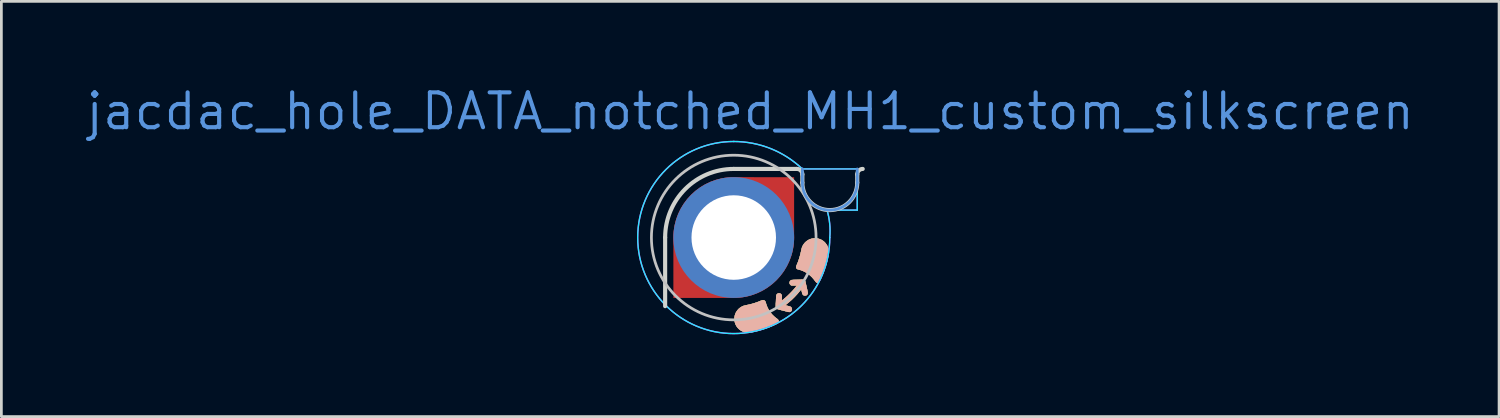
<source format=kicad_pcb>
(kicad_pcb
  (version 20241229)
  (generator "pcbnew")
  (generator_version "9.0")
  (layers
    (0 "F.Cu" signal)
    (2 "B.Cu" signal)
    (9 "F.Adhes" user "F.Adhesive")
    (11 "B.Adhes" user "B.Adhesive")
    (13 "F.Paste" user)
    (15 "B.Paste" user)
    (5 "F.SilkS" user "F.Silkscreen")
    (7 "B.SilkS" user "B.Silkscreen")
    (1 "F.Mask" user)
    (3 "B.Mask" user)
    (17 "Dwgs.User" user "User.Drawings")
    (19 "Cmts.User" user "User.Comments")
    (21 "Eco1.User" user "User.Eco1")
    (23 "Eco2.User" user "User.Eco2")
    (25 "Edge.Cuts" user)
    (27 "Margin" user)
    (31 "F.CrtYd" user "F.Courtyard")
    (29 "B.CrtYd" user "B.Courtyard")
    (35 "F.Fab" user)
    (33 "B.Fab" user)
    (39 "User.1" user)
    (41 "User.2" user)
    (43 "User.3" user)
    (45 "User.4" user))
  (footprint "jacdac_hole_DATA_notched_MH1_custom_silkscreen"
    (layer "F.Cu")
    (at 23.688 5.606)
    (property "Reference" "jacdac_hole_DATA_notched_MH1_custom_silkscreen" (at 0.6 -4.6 0) (layer "Cmts.User") (effects (font (size 1.27 1.27) (thickness 0.15))))
    (attr through_hole)
    (fp_poly (pts (arc (start 0 -2.5) (mid -1.767767 -1.767767) (end -2.5 0)) (xy -2.5 2.5) (arc (start 0 2.5) (mid 1.767767 1.767767) (end 2.5 0)) (xy 2.5 -2.5)) (stroke (width 0) (type solid)) (fill yes) (layer "F.Mask"))
    (fp_circle (center 0 0) (end 0 -2.5) (stroke (width 0) (type solid)) (fill yes) (layer "B.Mask"))
    (fp_poly (pts (xy 1.098 2.285) (xy 1.114 2.293) (xy 1.127 2.303) (xy 1.136 2.312) (xy 1.144 2.321) (xy 1.151 2.333) (xy 1.157 2.349) (xy 1.164 2.369) (xy 1.172 2.396) (xy 1.172 2.396) (xy 1.19 2.453) (xy 1.209 2.505) (xy 1.23 2.554) (xy 1.247 2.588) (xy 1.289 2.663) (xy 1.339 2.734) (xy 1.394 2.802) (xy 1.456 2.864) (xy 1.522 2.92) (xy 1.559 2.948) (xy 1.588 2.97) (xy 1.61 2.99) (xy 1.625 3.01) (xy 1.634 3.029) (xy 1.638 3.049) (xy 1.638 3.054) (xy 1.636 3.073) (xy 1.63 3.09) (xy 1.619 3.105) (xy 1.601 3.12) (xy 1.578 3.136) (xy 1.547 3.152) (xy 1.547 3.153) (xy 1.425 3.21) (xy 1.297 3.263) (xy 1.165 3.313) (xy 1.028 3.357) (xy 0.888 3.397) (xy 0.746 3.431) (xy 0.688 3.443) (xy 0.628 3.454) (xy 0.575 3.461) (xy 0.528 3.464) (xy 0.486 3.463) (xy 0.452 3.459) (xy 0.389 3.445) (xy 0.329 3.423) (xy 0.273 3.395) (xy 0.222 3.361) (xy 0.175 3.32) (xy 0.133 3.274) (xy 0.097 3.222) (xy 0.092 3.213) (xy 0.066 3.161) (xy 0.046 3.104) (xy 0.033 3.046) (xy 0.027 2.986) (xy 0.027 2.925) (xy 0.035 2.866) (xy 0.05 2.808) (xy 0.051 2.804) (xy 0.074 2.748) (xy 0.104 2.695) (xy 0.14 2.646) (xy 0.181 2.601) (xy 0.228 2.562) (xy 0.279 2.528) (xy 0.333 2.501) (xy 0.355 2.492) (xy 0.369 2.488) (xy 0.389 2.482) (xy 0.414 2.476) (xy 0.44 2.47) (xy 0.467 2.464) (xy 0.467 2.464) (xy 0.567 2.443) (xy 0.661 2.419) (xy 0.75 2.393) (xy 0.838 2.364) (xy 0.925 2.331) (xy 0.972 2.311) (xy 1.007 2.298) (xy 1.036 2.288) (xy 1.06 2.283) (xy 1.08 2.282) (xy 1.098 2.285)) (stroke (width 0.01) (type solid)) (fill yes) (layer "F.SilkS"))
    (fp_poly (pts (xy 3.048 0.036) (xy 3.106 0.05) (xy 3.161 0.07) (xy 3.214 0.096) (xy 3.262 0.129) (xy 3.307 0.167) (xy 3.347 0.211) (xy 3.382 0.259) (xy 3.412 0.312) (xy 3.436 0.37) (xy 3.453 0.431) (xy 3.453 0.433) (xy 3.456 0.45) (xy 3.458 0.47) (xy 3.46 0.492) (xy 3.46 0.52) (xy 3.46 0.532) (xy 3.46 0.554) (xy 3.459 0.575) (xy 3.457 0.596) (xy 3.454 0.618) (xy 3.45 0.643) (xy 3.445 0.671) (xy 3.438 0.704) (xy 3.43 0.741) (xy 3.42 0.785) (xy 3.416 0.804) (xy 3.388 0.917) (xy 3.354 1.033) (xy 3.315 1.15) (xy 3.273 1.267) (xy 3.227 1.38) (xy 3.179 1.489) (xy 3.145 1.56) (xy 3.13 1.587) (xy 3.117 1.608) (xy 3.106 1.624) (xy 3.094 1.635) (xy 3.081 1.643) (xy 3.079 1.644) (xy 3.061 1.65) (xy 3.044 1.65) (xy 3.03 1.646) (xy 3.01 1.635) (xy 2.99 1.616) (xy 2.97 1.591) (xy 2.967 1.586) (xy 2.913 1.513) (xy 2.853 1.446) (xy 2.789 1.384) (xy 2.721 1.329) (xy 2.648 1.28) (xy 2.571 1.238) (xy 2.515 1.213) (xy 2.483 1.2) (xy 2.452 1.189) (xy 2.418 1.178) (xy 2.38 1.167) (xy 2.347 1.159) (xy 2.329 1.153) (xy 2.316 1.148) (xy 2.306 1.141) (xy 2.297 1.134) (xy 2.284 1.118) (xy 2.276 1.102) (xy 2.273 1.083) (xy 2.276 1.062) (xy 2.283 1.037) (xy 2.292 1.014) (xy 2.342 0.894) (xy 2.385 0.769) (xy 2.422 0.641) (xy 2.454 0.507) (xy 2.46 0.476) (xy 2.467 0.442) (xy 2.474 0.413) (xy 2.48 0.39) (xy 2.486 0.369) (xy 2.492 0.351) (xy 2.5 0.332) (xy 2.506 0.318) (xy 2.535 0.265) (xy 2.57 0.216) (xy 2.611 0.172) (xy 2.657 0.132) (xy 2.707 0.098) (xy 2.76 0.07) (xy 2.816 0.05) (xy 2.864 0.038) (xy 2.926 0.03) (xy 2.988 0.029) (xy 3.048 0.036)) (stroke (width 0.01) (type solid)) (fill yes) (layer "F.SilkS"))
    (fp_poly (pts (xy 2.505 1.534) (xy 2.522 1.535) (xy 2.535 1.536) (xy 2.546 1.538) (xy 2.554 1.54) (xy 2.562 1.544) (xy 2.568 1.548) (xy 2.575 1.553) (xy 2.578 1.556) (xy 2.589 1.567) (xy 2.599 1.583) (xy 2.607 1.599) (xy 2.612 1.613) (xy 2.613 1.619) (xy 2.614 1.625) (xy 2.616 1.638) (xy 2.62 1.657) (xy 2.625 1.681) (xy 2.632 1.709) (xy 2.639 1.742) (xy 2.647 1.777) (xy 2.655 1.811) (xy 2.665 1.858) (xy 2.674 1.897) (xy 2.681 1.93) (xy 2.687 1.958) (xy 2.691 1.981) (xy 2.694 1.999) (xy 2.695 2.014) (xy 2.696 2.026) (xy 2.695 2.036) (xy 2.694 2.044) (xy 2.691 2.051) (xy 2.69 2.053) (xy 2.679 2.073) (xy 2.662 2.092) (xy 2.643 2.105) (xy 2.625 2.111) (xy 2.602 2.114) (xy 2.58 2.113) (xy 2.559 2.108) (xy 2.551 2.105) (xy 2.535 2.094) (xy 2.52 2.079) (xy 2.508 2.063) (xy 2.503 2.054) (xy 2.5 2.046) (xy 2.497 2.033) (xy 2.492 2.014) (xy 2.487 1.992) (xy 2.481 1.967) (xy 2.48 1.963) (xy 2.475 1.939) (xy 2.47 1.918) (xy 2.466 1.901) (xy 2.463 1.889) (xy 2.461 1.883) (xy 2.461 1.883) (xy 2.458 1.885) (xy 2.452 1.893) (xy 2.442 1.905) (xy 2.429 1.92) (xy 2.422 1.93) (xy 2.322 2.049) (xy 2.216 2.163) (xy 2.105 2.272) (xy 1.987 2.375) (xy 1.927 2.424) (xy 1.91 2.438) (xy 1.896 2.45) (xy 1.885 2.46) (xy 1.879 2.467) (xy 1.878 2.469) (xy 1.882 2.47) (xy 1.893 2.474) (xy 1.91 2.478) (xy 1.931 2.484) (xy 1.954 2.49) (xy 1.964 2.492) (xy 1.995 2.5) (xy 2.019 2.507) (xy 2.038 2.512) (xy 2.052 2.516) (xy 2.063 2.52) (xy 2.071 2.525) (xy 2.078 2.529) (xy 2.085 2.535) (xy 2.088 2.538) (xy 2.105 2.558) (xy 2.116 2.582) (xy 2.12 2.606) (xy 2.118 2.632) (xy 2.111 2.656) (xy 2.097 2.677) (xy 2.078 2.695) (xy 2.065 2.703) (xy 2.054 2.708) (xy 2.042 2.711) (xy 2.03 2.713) (xy 2.016 2.712) (xy 1.998 2.71) (xy 1.976 2.706) (xy 1.948 2.699) (xy 1.918 2.691) (xy 1.89 2.684) (xy 1.856 2.675) (xy 1.819 2.666) (xy 1.78 2.656) (xy 1.742 2.646) (xy 1.708 2.637) (xy 1.671 2.627) (xy 1.641 2.619) (xy 1.617 2.612) (xy 1.598 2.606) (xy 1.584 2.6) (xy 1.572 2.595) (xy 1.564 2.588) (xy 1.557 2.582) (xy 1.55 2.574) (xy 1.546 2.568) (xy 1.542 2.562) (xy 1.539 2.556) (xy 1.536 2.55) (xy 1.534 2.542) (xy 1.533 2.532) (xy 1.532 2.52) (xy 1.532 2.504) (xy 1.532 2.485) (xy 1.533 2.46) (xy 1.534 2.43) (xy 1.535 2.395) (xy 1.538 2.352) (xy 1.539 2.32) (xy 1.541 2.28) (xy 1.543 2.242) (xy 1.546 2.207) (xy 1.548 2.176) (xy 1.549 2.149) (xy 1.551 2.128) (xy 1.552 2.112) (xy 1.553 2.104) (xy 1.554 2.103) (xy 1.564 2.079) (xy 1.579 2.06) (xy 1.599 2.046) (xy 1.622 2.037) (xy 1.646 2.032) (xy 1.671 2.034) (xy 1.695 2.042) (xy 1.717 2.056) (xy 1.718 2.056) (xy 1.732 2.072) (xy 1.743 2.091) (xy 1.744 2.092) (xy 1.747 2.1) (xy 1.749 2.108) (xy 1.751 2.116) (xy 1.751 2.126) (xy 1.752 2.14) (xy 1.751 2.159) (xy 1.75 2.185) (xy 1.75 2.185) (xy 1.749 2.21) (xy 1.748 2.234) (xy 1.747 2.256) (xy 1.746 2.273) (xy 1.745 2.282) (xy 1.744 2.292) (xy 1.744 2.299) (xy 1.745 2.302) (xy 1.749 2.303) (xy 1.755 2.299) (xy 1.766 2.292) (xy 1.781 2.28) (xy 1.801 2.263) (xy 1.805 2.26) (xy 1.888 2.191) (xy 1.97 2.117) (xy 2.05 2.039) (xy 2.127 1.96) (xy 2.199 1.879) (xy 2.265 1.799) (xy 2.298 1.757) (xy 2.309 1.741) (xy 2.273 1.744) (xy 2.256 1.745) (xy 2.234 1.746) (xy 2.209 1.747) (xy 2.183 1.747) (xy 2.174 1.747) (xy 2.149 1.747) (xy 2.131 1.747) (xy 2.117 1.746) (xy 2.107 1.745) (xy 2.099 1.743) (xy 2.095 1.741) (xy 2.072 1.727) (xy 2.054 1.707) (xy 2.041 1.683) (xy 2.034 1.657) (xy 2.034 1.647) (xy 2.037 1.621) (xy 2.047 1.597) (xy 2.063 1.576) (xy 2.083 1.56) (xy 2.094 1.554) (xy 2.099 1.552) (xy 2.104 1.55) (xy 2.11 1.549) (xy 2.118 1.548) (xy 2.129 1.547) (xy 2.142 1.546) (xy 2.159 1.545) (xy 2.18 1.543) (xy 2.207 1.542) (xy 2.239 1.541) (xy 2.277 1.54) (xy 2.323 1.538) (xy 2.34 1.538) (xy 2.386 1.536) (xy 2.425 1.535) (xy 2.457 1.534) (xy 2.483 1.534) (xy 2.505 1.534)) (stroke (width 0.01) (type solid)) (fill yes) (layer "F.SilkS"))
    (fp_poly (pts (xy 1.098 2.285) (xy 1.114 2.293) (xy 1.127 2.303) (xy 1.136 2.312) (xy 1.144 2.321) (xy 1.151 2.333) (xy 1.157 2.349) (xy 1.164 2.369) (xy 1.172 2.396) (xy 1.172 2.396) (xy 1.19 2.453) (xy 1.209 2.505) (xy 1.23 2.554) (xy 1.247 2.588) (xy 1.289 2.663) (xy 1.339 2.734) (xy 1.394 2.802) (xy 1.456 2.864) (xy 1.522 2.92) (xy 1.559 2.948) (xy 1.588 2.97) (xy 1.61 2.99) (xy 1.625 3.01) (xy 1.634 3.029) (xy 1.638 3.049) (xy 1.638 3.054) (xy 1.636 3.073) (xy 1.63 3.09) (xy 1.619 3.105) (xy 1.601 3.12) (xy 1.578 3.136) (xy 1.547 3.152) (xy 1.547 3.153) (xy 1.425 3.21) (xy 1.297 3.263) (xy 1.165 3.313) (xy 1.028 3.357) (xy 0.888 3.397) (xy 0.746 3.431) (xy 0.688 3.443) (xy 0.628 3.454) (xy 0.575 3.461) (xy 0.528 3.464) (xy 0.486 3.463) (xy 0.452 3.459) (xy 0.389 3.445) (xy 0.329 3.423) (xy 0.273 3.395) (xy 0.222 3.361) (xy 0.175 3.32) (xy 0.133 3.274) (xy 0.097 3.222) (xy 0.092 3.213) (xy 0.066 3.161) (xy 0.046 3.104) (xy 0.033 3.046) (xy 0.027 2.986) (xy 0.027 2.925) (xy 0.035 2.866) (xy 0.05 2.808) (xy 0.051 2.804) (xy 0.074 2.748) (xy 0.104 2.695) (xy 0.14 2.646) (xy 0.181 2.601) (xy 0.228 2.562) (xy 0.279 2.528) (xy 0.333 2.501) (xy 0.355 2.492) (xy 0.369 2.488) (xy 0.389 2.482) (xy 0.414 2.476) (xy 0.44 2.47) (xy 0.467 2.464) (xy 0.467 2.464) (xy 0.567 2.443) (xy 0.661 2.419) (xy 0.75 2.393) (xy 0.838 2.364) (xy 0.925 2.331) (xy 0.972 2.311) (xy 1.007 2.298) (xy 1.036 2.288) (xy 1.06 2.283) (xy 1.08 2.282) (xy 1.098 2.285)) (stroke (width 0.01) (type solid)) (fill yes) (layer "B.SilkS"))
    (fp_poly (pts (xy 3.048 0.036) (xy 3.106 0.05) (xy 3.161 0.07) (xy 3.214 0.096) (xy 3.262 0.129) (xy 3.307 0.167) (xy 3.347 0.211) (xy 3.382 0.259) (xy 3.412 0.312) (xy 3.436 0.37) (xy 3.453 0.431) (xy 3.453 0.433) (xy 3.456 0.45) (xy 3.458 0.47) (xy 3.46 0.492) (xy 3.46 0.52) (xy 3.46 0.532) (xy 3.46 0.554) (xy 3.459 0.575) (xy 3.457 0.596) (xy 3.454 0.618) (xy 3.45 0.643) (xy 3.445 0.671) (xy 3.438 0.704) (xy 3.43 0.741) (xy 3.42 0.785) (xy 3.416 0.804) (xy 3.388 0.917) (xy 3.354 1.033) (xy 3.315 1.15) (xy 3.273 1.267) (xy 3.227 1.38) (xy 3.179 1.489) (xy 3.145 1.56) (xy 3.13 1.587) (xy 3.117 1.608) (xy 3.106 1.624) (xy 3.094 1.635) (xy 3.081 1.643) (xy 3.079 1.644) (xy 3.061 1.65) (xy 3.044 1.65) (xy 3.03 1.646) (xy 3.01 1.635) (xy 2.99 1.616) (xy 2.97 1.591) (xy 2.967 1.586) (xy 2.913 1.513) (xy 2.853 1.446) (xy 2.789 1.384) (xy 2.721 1.329) (xy 2.648 1.28) (xy 2.571 1.238) (xy 2.515 1.213) (xy 2.483 1.2) (xy 2.452 1.189) (xy 2.418 1.178) (xy 2.38 1.167) (xy 2.347 1.159) (xy 2.329 1.153) (xy 2.316 1.148) (xy 2.306 1.141) (xy 2.297 1.134) (xy 2.284 1.118) (xy 2.276 1.102) (xy 2.273 1.083) (xy 2.276 1.062) (xy 2.283 1.037) (xy 2.292 1.014) (xy 2.342 0.894) (xy 2.385 0.769) (xy 2.422 0.641) (xy 2.454 0.507) (xy 2.46 0.476) (xy 2.467 0.442) (xy 2.474 0.413) (xy 2.48 0.39) (xy 2.486 0.369) (xy 2.492 0.351) (xy 2.5 0.332) (xy 2.506 0.318) (xy 2.535 0.265) (xy 2.57 0.216) (xy 2.611 0.172) (xy 2.657 0.132) (xy 2.707 0.098) (xy 2.76 0.07) (xy 2.816 0.05) (xy 2.864 0.038) (xy 2.926 0.03) (xy 2.988 0.029) (xy 3.048 0.036)) (stroke (width 0.01) (type solid)) (fill yes) (layer "B.SilkS"))
    (fp_poly (pts (xy 2.505 1.534) (xy 2.522 1.535) (xy 2.535 1.536) (xy 2.546 1.538) (xy 2.554 1.54) (xy 2.562 1.544) (xy 2.568 1.548) (xy 2.575 1.553) (xy 2.578 1.556) (xy 2.589 1.567) (xy 2.599 1.583) (xy 2.607 1.599) (xy 2.612 1.613) (xy 2.613 1.619) (xy 2.614 1.625) (xy 2.616 1.638) (xy 2.62 1.657) (xy 2.625 1.681) (xy 2.632 1.709) (xy 2.639 1.742) (xy 2.647 1.777) (xy 2.655 1.811) (xy 2.665 1.858) (xy 2.674 1.897) (xy 2.681 1.93) (xy 2.687 1.958) (xy 2.691 1.981) (xy 2.694 1.999) (xy 2.695 2.014) (xy 2.696 2.026) (xy 2.695 2.036) (xy 2.694 2.044) (xy 2.691 2.051) (xy 2.69 2.053) (xy 2.679 2.073) (xy 2.662 2.092) (xy 2.643 2.105) (xy 2.625 2.111) (xy 2.602 2.114) (xy 2.58 2.113) (xy 2.559 2.108) (xy 2.551 2.105) (xy 2.535 2.094) (xy 2.52 2.079) (xy 2.508 2.063) (xy 2.503 2.054) (xy 2.5 2.046) (xy 2.497 2.033) (xy 2.492 2.014) (xy 2.487 1.992) (xy 2.481 1.967) (xy 2.48 1.963) (xy 2.475 1.939) (xy 2.47 1.918) (xy 2.466 1.901) (xy 2.463 1.889) (xy 2.461 1.883) (xy 2.461 1.883) (xy 2.458 1.885) (xy 2.452 1.893) (xy 2.442 1.905) (xy 2.429 1.92) (xy 2.422 1.93) (xy 2.322 2.049) (xy 2.216 2.163) (xy 2.105 2.272) (xy 1.987 2.375) (xy 1.927 2.424) (xy 1.91 2.438) (xy 1.896 2.45) (xy 1.885 2.46) (xy 1.879 2.467) (xy 1.878 2.469) (xy 1.882 2.47) (xy 1.893 2.474) (xy 1.91 2.478) (xy 1.931 2.484) (xy 1.954 2.49) (xy 1.964 2.492) (xy 1.995 2.5) (xy 2.019 2.507) (xy 2.038 2.512) (xy 2.052 2.516) (xy 2.063 2.52) (xy 2.071 2.525) (xy 2.078 2.529) (xy 2.085 2.535) (xy 2.088 2.538) (xy 2.105 2.558) (xy 2.116 2.582) (xy 2.12 2.606) (xy 2.118 2.632) (xy 2.111 2.656) (xy 2.097 2.677) (xy 2.078 2.695) (xy 2.065 2.703) (xy 2.054 2.708) (xy 2.042 2.711) (xy 2.03 2.713) (xy 2.016 2.712) (xy 1.998 2.71) (xy 1.976 2.706) (xy 1.948 2.699) (xy 1.918 2.691) (xy 1.89 2.684) (xy 1.856 2.675) (xy 1.819 2.666) (xy 1.78 2.656) (xy 1.742 2.646) (xy 1.708 2.637) (xy 1.671 2.627) (xy 1.641 2.619) (xy 1.617 2.612) (xy 1.598 2.606) (xy 1.584 2.6) (xy 1.572 2.595) (xy 1.564 2.588) (xy 1.557 2.582) (xy 1.55 2.574) (xy 1.546 2.568) (xy 1.542 2.562) (xy 1.539 2.556) (xy 1.536 2.55) (xy 1.534 2.542) (xy 1.533 2.532) (xy 1.532 2.52) (xy 1.532 2.504) (xy 1.532 2.485) (xy 1.533 2.46) (xy 1.534 2.43) (xy 1.535 2.395) (xy 1.538 2.352) (xy 1.539 2.32) (xy 1.541 2.28) (xy 1.543 2.242) (xy 1.546 2.207) (xy 1.548 2.176) (xy 1.549 2.149) (xy 1.551 2.128) (xy 1.552 2.112) (xy 1.553 2.104) (xy 1.554 2.103) (xy 1.564 2.079) (xy 1.579 2.06) (xy 1.599 2.046) (xy 1.622 2.037) (xy 1.646 2.032) (xy 1.671 2.034) (xy 1.695 2.042) (xy 1.717 2.056) (xy 1.718 2.056) (xy 1.732 2.072) (xy 1.743 2.091) (xy 1.744 2.092) (xy 1.747 2.1) (xy 1.749 2.108) (xy 1.751 2.116) (xy 1.751 2.126) (xy 1.752 2.14) (xy 1.751 2.159) (xy 1.75 2.185) (xy 1.75 2.185) (xy 1.749 2.21) (xy 1.748 2.234) (xy 1.747 2.256) (xy 1.746 2.273) (xy 1.745 2.282) (xy 1.744 2.292) (xy 1.744 2.299) (xy 1.745 2.302) (xy 1.749 2.303) (xy 1.755 2.299) (xy 1.766 2.292) (xy 1.781 2.28) (xy 1.801 2.263) (xy 1.805 2.26) (xy 1.888 2.191) (xy 1.97 2.117) (xy 2.05 2.039) (xy 2.127 1.96) (xy 2.199 1.879) (xy 2.265 1.799) (xy 2.298 1.757) (xy 2.309 1.741) (xy 2.273 1.744) (xy 2.256 1.745) (xy 2.234 1.746) (xy 2.209 1.747) (xy 2.183 1.747) (xy 2.174 1.747) (xy 2.149 1.747) (xy 2.131 1.747) (xy 2.117 1.746) (xy 2.107 1.745) (xy 2.099 1.743) (xy 2.095 1.741) (xy 2.072 1.727) (xy 2.054 1.707) (xy 2.041 1.683) (xy 2.034 1.657) (xy 2.034 1.647) (xy 2.037 1.621) (xy 2.047 1.597) (xy 2.063 1.576) (xy 2.083 1.56) (xy 2.094 1.554) (xy 2.099 1.552) (xy 2.104 1.55) (xy 2.11 1.549) (xy 2.118 1.548) (xy 2.129 1.547) (xy 2.142 1.546) (xy 2.159 1.545) (xy 2.18 1.543) (xy 2.207 1.542) (xy 2.239 1.541) (xy 2.277 1.54) (xy 2.323 1.538) (xy 2.34 1.538) (xy 2.386 1.536) (xy 2.425 1.535) (xy 2.457 1.534) (xy 2.483 1.534) (xy 2.505 1.534)) (stroke (width 0.01) (type solid)) (fill yes) (layer "B.SilkS"))
    (fp_circle (center 0 0) (end 0 -3) (stroke (width 0.1) (type default)) (fill no) (layer "Dwgs.User"))
    (fp_line (start 2.5 -2.5) (end 2.5 -2.5) (stroke (width 0.1) (type default)) (layer "Cmts.User"))
    (fp_line (start 2.5 -2) (end 2.5 -2.5) (stroke (width 0.1) (type default)) (layer "Cmts.User"))
    (fp_line (start 4.5 -2) (end 4.5 -2.5) (stroke (width 0.1) (type default)) (layer "Cmts.User"))
    (fp_arc (start 4.5 -2) (mid 3.5 -1) (end 2.5 -2) (stroke (width 0.1) (type default)) (layer "Cmts.User"))
    (fp_line (start -2.5 0) (end -2.5 2.5) (stroke (width 0.15) (type default)) (layer "Edge.Cuts"))
    (fp_line (start 0 -2.5) (end 2.3 -2.5) (stroke (width 0.15) (type default)) (layer "Edge.Cuts"))
    (fp_line (start 2.5 -2) (end 2.5 -2.3) (stroke (width 0.15) (type default)) (layer "Edge.Cuts"))
    (fp_line (start 4.5 -2) (end 4.5 -2.3) (stroke (width 0.15) (type default)) (layer "Edge.Cuts"))
    (fp_arc (start -2.5 0) (mid -1.767767 -1.767767) (end 0 -2.5) (stroke (width 0.15) (type default)) (layer "Edge.Cuts"))
    (fp_arc (start 2.299998 -2.5) (mid 2.441421 -2.441422) (end 2.499998 -2.3) (stroke (width 0.15) (type default)) (layer "Edge.Cuts"))
    (fp_arc (start 4.5 -2.3) (mid 4.558579 -2.441421) (end 4.7 -2.5) (stroke (width 0.15) (type default)) (layer "Edge.Cuts"))
    (fp_arc (start 4.5 -2) (mid 3.5 -1) (end 2.5 -2) (stroke (width 0.15) (type default)) (layer "Edge.Cuts"))
    (fp_line (start 3.4 -1) (end 4.5 -1) (stroke (width 0.05) (type default)) (layer "B.CrtYd"))
    (fp_line (start 4.5 -2.5) (end 2.5 -2.5) (stroke (width 0.05) (type default)) (layer "B.CrtYd"))
    (fp_line (start 4.5 -1) (end 4.5 -2.5) (stroke (width 0.05) (type default)) (layer "B.CrtYd"))
    (fp_arc (start 0 -3.5) (mid 1.346291 -3.240728) (end 2.5 -2.5) (stroke (width 0.05) (type default)) (layer "B.CrtYd"))
    (fp_arc (start 3.4 -1) (mid 3.496731 -0.504673) (end 3.5 0) (stroke (width 0.05) (type default)) (layer "B.CrtYd"))
    (fp_arc (start 3.5 0) (mid -2.474874 2.474874) (end 0 -3.5) (stroke (width 0.05) (type default)) (layer "B.CrtYd"))
    (fp_line (start 3.4 -1) (end 4.5 -1) (stroke (width 0.05) (type default)) (layer "F.CrtYd"))
    (fp_line (start 4.5 -2.5) (end 2.5 -2.5) (stroke (width 0.05) (type default)) (layer "F.CrtYd"))
    (fp_line (start 4.5 -1) (end 4.5 -2.5) (stroke (width 0.05) (type default)) (layer "F.CrtYd"))
    (fp_arc (start 0 -3.5) (mid 1.346291 -3.240728) (end 2.5 -2.5) (stroke (width 0.05) (type default)) (layer "F.CrtYd"))
    (fp_arc (start 3.4 -1) (mid 3.496731 -0.504673) (end 3.5 0) (stroke (width 0.05) (type default)) (layer "F.CrtYd"))
    (fp_arc (start 3.5 0) (mid -2.474874 2.474874) (end 0 -3.5) (stroke (width 0.05) (type default)) (layer "F.CrtYd"))
    (pad "MH1" smd custom (at 0 0 135) (size 1 1) (property pad_prop_fiducial_loc) (layers "F.Cu" "F.Mask") (options (anchor circle)) (primitives (gr_poly (pts (xy 0 -3.111) (arc (start -1.555635 -1.555635) (mid -2.2 0) (end -1.555635 1.555635)) (xy 0 3.111) (arc (start 1.555635 1.555635) (mid 2.2 0) (end 1.555635 -1.555635))) (width 0) (fill yes))))
    (pad "MH1" thru_hole circle (at 0 0 135) (size 4.4 4.4) (drill 3.08) (property pad_prop_fiducial_loc) (layers "*.Cu"))
    (zone (net_name "") (layers "F.Cu" "B.Cu") (hatch edge 0.508) (connect_pads) (min_thickness 0.254) (filled_areas_thickness no) (keepout (tracks allowed) (vias allowed) (pads allowed) (copperpour not_allowed) (footprints allowed)) (placement (enabled no)) (fill) (polygon (pts (xy 23.688 2.601) (xy 23.34 2.621) (xy 22.995 2.682) (xy 22.661 2.782) (xy 22.34 2.921) (xy 22.037 3.095) (xy 21.757 3.304) (xy 21.503 3.544) (xy 21.278 3.812) (xy 21.086 4.104) (xy 20.929 4.416) (xy 20.81 4.744) (xy 20.729 5.084) (xy 20.688 5.431) (xy 20.688 5.781) (xy 20.729 6.128) (xy 20.81 6.468) (xy 20.929 6.796) (xy 21.086 7.109) (xy 21.278 7.401) (xy 21.503 7.668) (xy 21.757 7.908) (xy 22.037 8.117) (xy 22.34 8.292) (xy 22.661 8.43) (xy 22.995 8.53) (xy 23.34 8.591) (xy 23.688 8.611) (xy 24.037 8.591) (xy 24.381 8.53) (xy 24.716 8.43) (xy 25.037 8.292) (xy 25.34 8.117) (xy 25.62 7.908) (xy 25.874 7.668) (xy 26.099 7.401) (xy 26.291 7.109) (xy 26.448 6.796) (xy 26.567 6.468) (xy 26.648 6.128) (xy 26.688 5.781) (xy 26.688 5.431) (xy 26.648 5.084) (xy 26.567 4.744) (xy 26.448 4.416) (xy 26.291 4.104) (xy 26.099 3.812) (xy 25.874 3.544) (xy 25.62 3.304) (xy 25.34 3.095) (xy 25.037 2.921) (xy 24.716 2.782) (xy 24.381 2.682) (xy 24.037 2.621)))))
  (gr_rect
    (start -3 -3)
    (end 51.577 12.131)
    (stroke (width 0.1) (type default))
    (fill no)
    (layer "Edge.Cuts")))
</source>
